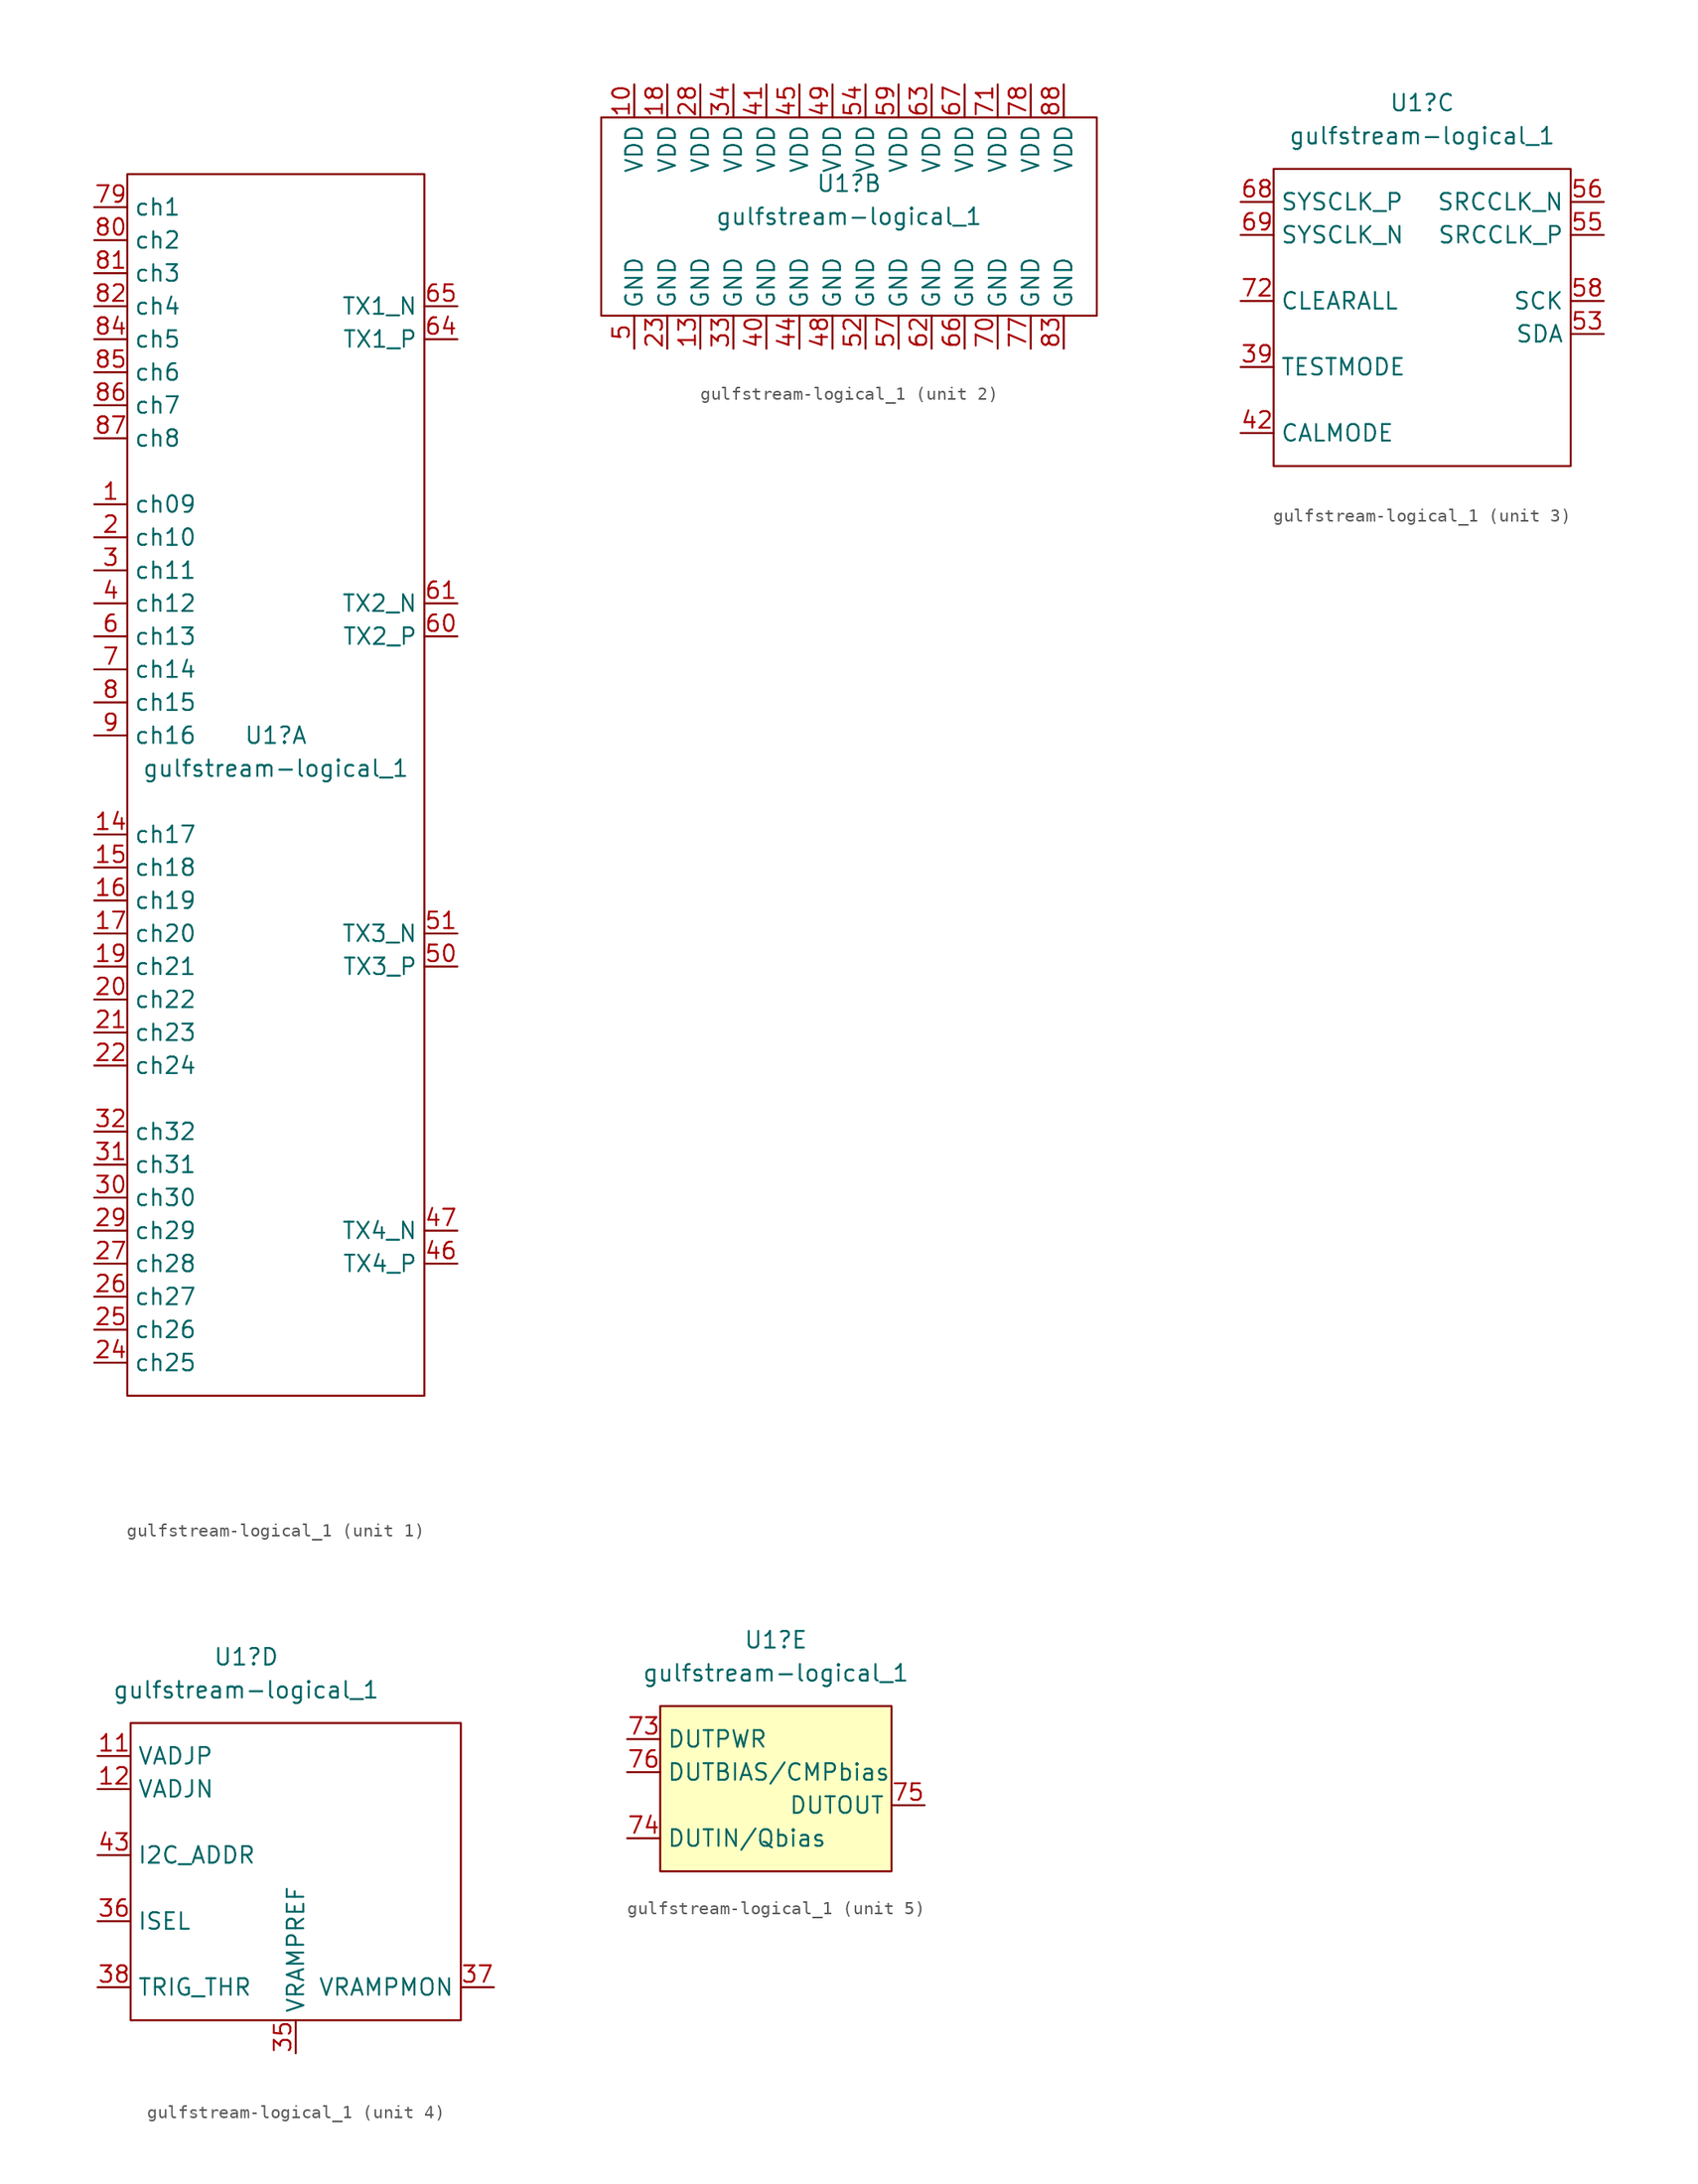
<source format=kicad_sym>
(kicad_symbol_lib
  (version 20241209)
  (generator "kicad_symbol_editor")
  (generator_version "9.0")
  (symbol "gulfstream-logical_1"
    (property "Reference" "U1"
      (at -1.27 2.54 0)
      (effects (font (size 1.27 1.27))))
    (property "Value" "gulfstream-logical_1"
      (at -1.27 0 0)
      (effects (font (size 1.27 1.27))))
    (property "ki_locked" ""
      (at 0 0 0)
      (effects (font (size 1.27 1.27))))
    (symbol "gulfstream-logical_1_1_0"
      (pin unspecified line (at -15.24 43.18 0) (length 2.54) (name "ch1" (effects (font (size 1.27 1.27)))) (number "79" (effects (font (size 1.27 1.27)))))
      (pin unspecified line (at -15.24 40.64 0) (length 2.54) (name "ch2" (effects (font (size 1.27 1.27)))) (number "80" (effects (font (size 1.27 1.27)))))
      (pin unspecified line (at -15.24 38.1 0) (length 2.54) (name "ch3" (effects (font (size 1.27 1.27)))) (number "81" (effects (font (size 1.27 1.27)))))
      (pin unspecified line (at -15.24 35.56 0) (length 2.54) (name "ch4" (effects (font (size 1.27 1.27)))) (number "82" (effects (font (size 1.27 1.27)))))
      (pin unspecified line (at -15.24 33.02 0) (length 2.54) (name "ch5" (effects (font (size 1.27 1.27)))) (number "84" (effects (font (size 1.27 1.27)))))
      (pin unspecified line (at -15.24 30.48 0) (length 2.54) (name "ch6" (effects (font (size 1.27 1.27)))) (number "85" (effects (font (size 1.27 1.27)))))
      (pin unspecified line (at -15.24 27.94 0) (length 2.54) (name "ch7" (effects (font (size 1.27 1.27)))) (number "86" (effects (font (size 1.27 1.27)))))
      (pin unspecified line (at -15.24 25.4 0) (length 2.54) (name "ch8" (effects (font (size 1.27 1.27)))) (number "87" (effects (font (size 1.27 1.27)))))
      (pin unspecified line (at -15.24 20.32 0) (length 2.54) (name "ch09" (effects (font (size 1.27 1.27)))) (number "1" (effects (font (size 1.27 1.27)))))
      (pin unspecified line (at -15.24 17.78 0) (length 2.54) (name "ch10" (effects (font (size 1.27 1.27)))) (number "2" (effects (font (size 1.27 1.27)))))
      (pin unspecified line (at -15.24 15.24 0) (length 2.54) (name "ch11" (effects (font (size 1.27 1.27)))) (number "3" (effects (font (size 1.27 1.27)))))
      (pin unspecified line (at -15.24 12.7 0) (length 2.54) (name "ch12" (effects (font (size 1.27 1.27)))) (number "4" (effects (font (size 1.27 1.27)))))
      (pin unspecified line (at -15.24 10.16 0) (length 2.54) (name "ch13" (effects (font (size 1.27 1.27)))) (number "6" (effects (font (size 1.27 1.27)))))
      (pin unspecified line (at -15.24 7.62 0) (length 2.54) (name "ch14" (effects (font (size 1.27 1.27)))) (number "7" (effects (font (size 1.27 1.27)))))
      (pin unspecified line (at -15.24 5.08 0) (length 2.54) (name "ch15" (effects (font (size 1.27 1.27)))) (number "8" (effects (font (size 1.27 1.27)))))
      (pin unspecified line (at -15.24 2.54 0) (length 2.54) (name "ch16" (effects (font (size 1.27 1.27)))) (number "9" (effects (font (size 1.27 1.27)))))
      (pin unspecified line (at -15.24 -5.08 0) (length 2.54) (name "ch17" (effects (font (size 1.27 1.27)))) (number "14" (effects (font (size 1.27 1.27)))))
      (pin unspecified line (at -15.24 -7.62 0) (length 2.54) (name "ch18" (effects (font (size 1.27 1.27)))) (number "15" (effects (font (size 1.27 1.27)))))
      (pin unspecified line (at -15.24 -10.16 0) (length 2.54) (name "ch19" (effects (font (size 1.27 1.27)))) (number "16" (effects (font (size 1.27 1.27)))))
      (pin unspecified line (at -15.24 -12.7 0) (length 2.54) (name "ch20" (effects (font (size 1.27 1.27)))) (number "17" (effects (font (size 1.27 1.27)))))
      (pin unspecified line (at -15.24 -15.24 0) (length 2.54) (name "ch21" (effects (font (size 1.27 1.27)))) (number "19" (effects (font (size 1.27 1.27)))))
      (pin unspecified line (at -15.24 -17.78 0) (length 2.54) (name "ch22" (effects (font (size 1.27 1.27)))) (number "20" (effects (font (size 1.27 1.27)))))
      (pin unspecified line (at -15.24 -20.32 0) (length 2.54) (name "ch23" (effects (font (size 1.27 1.27)))) (number "21" (effects (font (size 1.27 1.27)))))
      (pin unspecified line (at -15.24 -22.86 0) (length 2.54) (name "ch24" (effects (font (size 1.27 1.27)))) (number "22" (effects (font (size 1.27 1.27)))))
      (pin unspecified line (at -15.24 -27.94 0) (length 2.54) (name "ch32" (effects (font (size 1.27 1.27)))) (number "32" (effects (font (size 1.27 1.27)))))
      (pin unspecified line (at -15.24 -30.48 0) (length 2.54) (name "ch31" (effects (font (size 1.27 1.27)))) (number "31" (effects (font (size 1.27 1.27)))))
      (pin unspecified line (at -15.24 -33.02 0) (length 2.54) (name "ch30" (effects (font (size 1.27 1.27)))) (number "30" (effects (font (size 1.27 1.27)))))
      (pin unspecified line (at -15.24 -35.56 0) (length 2.54) (name "ch29" (effects (font (size 1.27 1.27)))) (number "29" (effects (font (size 1.27 1.27)))))
      (pin unspecified line (at -15.24 -38.1 0) (length 2.54) (name "ch28" (effects (font (size 1.27 1.27)))) (number "27" (effects (font (size 1.27 1.27)))))
      (pin unspecified line (at -15.24 -40.64 0) (length 2.54) (name "ch27" (effects (font (size 1.27 1.27)))) (number "26" (effects (font (size 1.27 1.27)))))
      (pin unspecified line (at -15.24 -43.18 0) (length 2.54) (name "ch26" (effects (font (size 1.27 1.27)))) (number "25" (effects (font (size 1.27 1.27)))))
      (pin unspecified line (at -15.24 -45.72 0) (length 2.54) (name "ch25" (effects (font (size 1.27 1.27)))) (number "24" (effects (font (size 1.27 1.27)))))
      (pin unspecified line (at 12.7 35.56 180) (length 2.54) (name "TX1_N" (effects (font (size 1.27 1.27)))) (number "65" (effects (font (size 1.27 1.27)))))
      (pin unspecified line (at 12.7 33.02 180) (length 2.54) (name "TX1_P" (effects (font (size 1.27 1.27)))) (number "64" (effects (font (size 1.27 1.27)))))
      (pin unspecified line (at 12.7 12.7 180) (length 2.54) (name "TX2_N" (effects (font (size 1.27 1.27)))) (number "61" (effects (font (size 1.27 1.27)))))
      (pin unspecified line (at 12.7 10.16 180) (length 2.54) (name "TX2_P" (effects (font (size 1.27 1.27)))) (number "60" (effects (font (size 1.27 1.27)))))
      (pin unspecified line (at 12.7 -12.7 180) (length 2.54) (name "TX3_N" (effects (font (size 1.27 1.27)))) (number "51" (effects (font (size 1.27 1.27)))))
      (pin unspecified line (at 12.7 -15.24 180) (length 2.54) (name "TX3_P" (effects (font (size 1.27 1.27)))) (number "50" (effects (font (size 1.27 1.27)))))
      (pin unspecified line (at 12.7 -35.56 180) (length 2.54) (name "TX4_N" (effects (font (size 1.27 1.27)))) (number "47" (effects (font (size 1.27 1.27)))))
      (pin unspecified line (at 12.7 -38.1 180) (length 2.54) (name "TX4_P" (effects (font (size 1.27 1.27)))) (number "46" (effects (font (size 1.27 1.27))))))
    (symbol "gulfstream-logical_1_1_1"
      (rectangle (start -12.7 -48.26) (end 10.16 45.72) (stroke (width 0) (type default)) (fill (type none))))
    (symbol "gulfstream-logical_1_2_0"
      (pin unspecified line (at -17.78 10.16 270) (length 2.54) (name "VDD" (effects (font (size 1.27 1.27)))) (number "10" (effects (font (size 1.27 1.27)))))
      (pin unspecified line (at -17.78 -10.16 90) (length 2.54) (name "GND" (effects (font (size 1.27 1.27)))) (number "5" (effects (font (size 1.27 1.27)))))
      (pin unspecified line (at -15.24 10.16 270) (length 2.54) (name "VDD" (effects (font (size 1.27 1.27)))) (number "18" (effects (font (size 1.27 1.27)))))
      (pin unspecified line (at -15.24 -10.16 90) (length 2.54) (name "GND" (effects (font (size 1.27 1.27)))) (number "23" (effects (font (size 1.27 1.27)))))
      (pin unspecified line (at -12.7 10.16 270) (length 2.54) (name "VDD" (effects (font (size 1.27 1.27)))) (number "28" (effects (font (size 1.27 1.27)))))
      (pin unspecified line (at -12.7 -10.16 90) (length 2.54) (name "GND" (effects (font (size 1.27 1.27)))) (number "13" (effects (font (size 1.27 1.27)))))
      (pin unspecified line (at -10.16 10.16 270) (length 2.54) (name "VDD" (effects (font (size 1.27 1.27)))) (number "34" (effects (font (size 1.27 1.27)))))
      (pin unspecified line (at -10.16 -10.16 90) (length 2.54) (name "GND" (effects (font (size 1.27 1.27)))) (number "33" (effects (font (size 1.27 1.27)))))
      (pin unspecified line (at -7.62 10.16 270) (length 2.54) (name "VDD" (effects (font (size 1.27 1.27)))) (number "41" (effects (font (size 1.27 1.27)))))
      (pin unspecified line (at -7.62 -10.16 90) (length 2.54) (name "GND" (effects (font (size 1.27 1.27)))) (number "40" (effects (font (size 1.27 1.27)))))
      (pin unspecified line (at -5.08 10.16 270) (length 2.54) (name "VDD" (effects (font (size 1.27 1.27)))) (number "45" (effects (font (size 1.27 1.27)))))
      (pin unspecified line (at -5.08 -10.16 90) (length 2.54) (name "GND" (effects (font (size 1.27 1.27)))) (number "44" (effects (font (size 1.27 1.27)))))
      (pin unspecified line (at -2.54 10.16 270) (length 2.54) (name "VDD" (effects (font (size 1.27 1.27)))) (number "49" (effects (font (size 1.27 1.27)))))
      (pin unspecified line (at -2.54 -10.16 90) (length 2.54) (name "GND" (effects (font (size 1.27 1.27)))) (number "48" (effects (font (size 1.27 1.27)))))
      (pin unspecified line (at 0 10.16 270) (length 2.54) (name "VDD" (effects (font (size 1.27 1.27)))) (number "54" (effects (font (size 1.27 1.27)))))
      (pin unspecified line (at 0 -10.16 90) (length 2.54) (name "GND" (effects (font (size 1.27 1.27)))) (number "52" (effects (font (size 1.27 1.27)))))
      (pin unspecified line (at 2.54 10.16 270) (length 2.54) (name "VDD" (effects (font (size 1.27 1.27)))) (number "59" (effects (font (size 1.27 1.27)))))
      (pin unspecified line (at 2.54 -10.16 90) (length 2.54) (name "GND" (effects (font (size 1.27 1.27)))) (number "57" (effects (font (size 1.27 1.27)))))
      (pin unspecified line (at 5.08 10.16 270) (length 2.54) (name "VDD" (effects (font (size 1.27 1.27)))) (number "63" (effects (font (size 1.27 1.27)))))
      (pin unspecified line (at 5.08 -10.16 90) (length 2.54) (name "GND" (effects (font (size 1.27 1.27)))) (number "62" (effects (font (size 1.27 1.27)))))
      (pin unspecified line (at 7.62 10.16 270) (length 2.54) (name "VDD" (effects (font (size 1.27 1.27)))) (number "67" (effects (font (size 1.27 1.27)))))
      (pin unspecified line (at 7.62 -10.16 90) (length 2.54) (name "GND" (effects (font (size 1.27 1.27)))) (number "66" (effects (font (size 1.27 1.27)))))
      (pin unspecified line (at 10.16 10.16 270) (length 2.54) (name "VDD" (effects (font (size 1.27 1.27)))) (number "71" (effects (font (size 1.27 1.27)))))
      (pin unspecified line (at 10.16 -10.16 90) (length 2.54) (name "GND" (effects (font (size 1.27 1.27)))) (number "70" (effects (font (size 1.27 1.27)))))
      (pin unspecified line (at 12.7 10.16 270) (length 2.54) (name "VDD" (effects (font (size 1.27 1.27)))) (number "78" (effects (font (size 1.27 1.27)))))
      (pin unspecified line (at 12.7 -10.16 90) (length 2.54) (name "GND" (effects (font (size 1.27 1.27)))) (number "77" (effects (font (size 1.27 1.27)))))
      (pin unspecified line (at 15.24 10.16 270) (length 2.54) (name "VDD" (effects (font (size 1.27 1.27)))) (number "88" (effects (font (size 1.27 1.27)))))
      (pin unspecified line (at 15.24 -10.16 90) (length 2.54) (name "GND" (effects (font (size 1.27 1.27)))) (number "83" (effects (font (size 1.27 1.27))))))
    (symbol "gulfstream-logical_1_2_1"
      (rectangle (start -20.32 7.62) (end 17.78 -7.62) (stroke (width 0) (type default)) (fill (type none))))
    (symbol "gulfstream-logical_1_3_0"
      (pin unspecified line (at -15.24 -5.08 0) (length 2.54) (name "SYSCLK_P" (effects (font (size 1.27 1.27)))) (number "68" (effects (font (size 1.27 1.27)))))
      (pin unspecified line (at -15.24 -7.62 0) (length 2.54) (name "SYSCLK_N" (effects (font (size 1.27 1.27)))) (number "69" (effects (font (size 1.27 1.27)))))
      (pin unspecified line (at -15.24 -12.7 0) (length 2.54) (name "CLEARALL" (effects (font (size 1.27 1.27)))) (number "72" (effects (font (size 1.27 1.27)))))
      (pin unspecified line (at -15.24 -17.78 0) (length 2.54) (name "TESTMODE" (effects (font (size 1.27 1.27)))) (number "39" (effects (font (size 1.27 1.27)))))
      (pin unspecified line (at -15.24 -22.86 0) (length 2.54) (name "CALMODE" (effects (font (size 1.27 1.27)))) (number "42" (effects (font (size 1.27 1.27)))))
      (pin unspecified line (at 12.7 -5.08 180) (length 2.54) (name "SRCCLK_N" (effects (font (size 1.27 1.27)))) (number "56" (effects (font (size 1.27 1.27)))))
      (pin unspecified line (at 12.7 -7.62 180) (length 2.54) (name "SRCCLK_P" (effects (font (size 1.27 1.27)))) (number "55" (effects (font (size 1.27 1.27)))))
      (pin unspecified line (at 12.7 -12.7 180) (length 2.54) (name "SCK" (effects (font (size 1.27 1.27)))) (number "58" (effects (font (size 1.27 1.27)))))
      (pin unspecified line (at 12.7 -15.24 180) (length 2.54) (name "SDA" (effects (font (size 1.27 1.27)))) (number "53" (effects (font (size 1.27 1.27))))))
    (symbol "gulfstream-logical_1_3_1"
      (rectangle (start -12.7 -2.54) (end 10.16 -25.4) (stroke (width 0) (type default)) (fill (type none))))
    (symbol "gulfstream-logical_1_4_0"
      (pin unspecified line (at -12.7 -5.08 0) (length 2.54) (name "VADJP" (effects (font (size 1.27 1.27)))) (number "11" (effects (font (size 1.27 1.27)))))
      (pin unspecified line (at -12.7 -7.62 0) (length 2.54) (name "VADJN" (effects (font (size 1.27 1.27)))) (number "12" (effects (font (size 1.27 1.27)))))
      (pin unspecified line (at -12.7 -12.7 0) (length 2.54) (name "I2C_ADDR" (effects (font (size 1.27 1.27)))) (number "43" (effects (font (size 1.27 1.27)))))
      (pin unspecified line (at -12.7 -17.78 0) (length 2.54) (name "ISEL" (effects (font (size 1.27 1.27)))) (number "36" (effects (font (size 1.27 1.27)))))
      (pin unspecified line (at -12.7 -22.86 0) (length 2.54) (name "TRIG_THR" (effects (font (size 1.27 1.27)))) (number "38" (effects (font (size 1.27 1.27)))))
      (pin unspecified line (at 2.54 -27.94 90) (length 2.54) (name "VRAMPREF" (effects (font (size 1.27 1.27)))) (number "35" (effects (font (size 1.27 1.27)))))
      (pin unspecified line (at 17.78 -22.86 180) (length 2.54) (name "VRAMPMON" (effects (font (size 1.27 1.27)))) (number "37" (effects (font (size 1.27 1.27))))))
    (symbol "gulfstream-logical_1_4_1"
      (rectangle (start -10.16 -2.54) (end 15.24 -25.4) (stroke (width 0) (type default)) (fill (type none))))
    (symbol "gulfstream-logical_1_5_0"
      (pin unspecified line (at -12.7 -5.08 0) (length 2.54) (name "DUTPWR" (effects (font (size 1.27 1.27)))) (number "73" (effects (font (size 1.27 1.27)))))
      (pin unspecified line (at -12.7 -7.62 0) (length 2.54) (name "DUTBIAS/CMPbias" (effects (font (size 1.27 1.27)))) (number "76" (effects (font (size 1.27 1.27)))))
      (pin unspecified line (at -12.7 -12.7 0) (length 2.54) (name "DUTIN/Qbias" (effects (font (size 1.27 1.27)))) (number "74" (effects (font (size 1.27 1.27)))))
      (pin unspecified line (at 10.16 -10.16 180) (length 2.54) (name "DUTOUT" (effects (font (size 1.27 1.27)))) (number "75" (effects (font (size 1.27 1.27))))))
    (symbol "gulfstream-logical_1_5_1"
      (rectangle (start -10.16 -2.54) (end 7.62 -15.24) (stroke (width 0) (type default)) (fill (type background))))))
</source>
